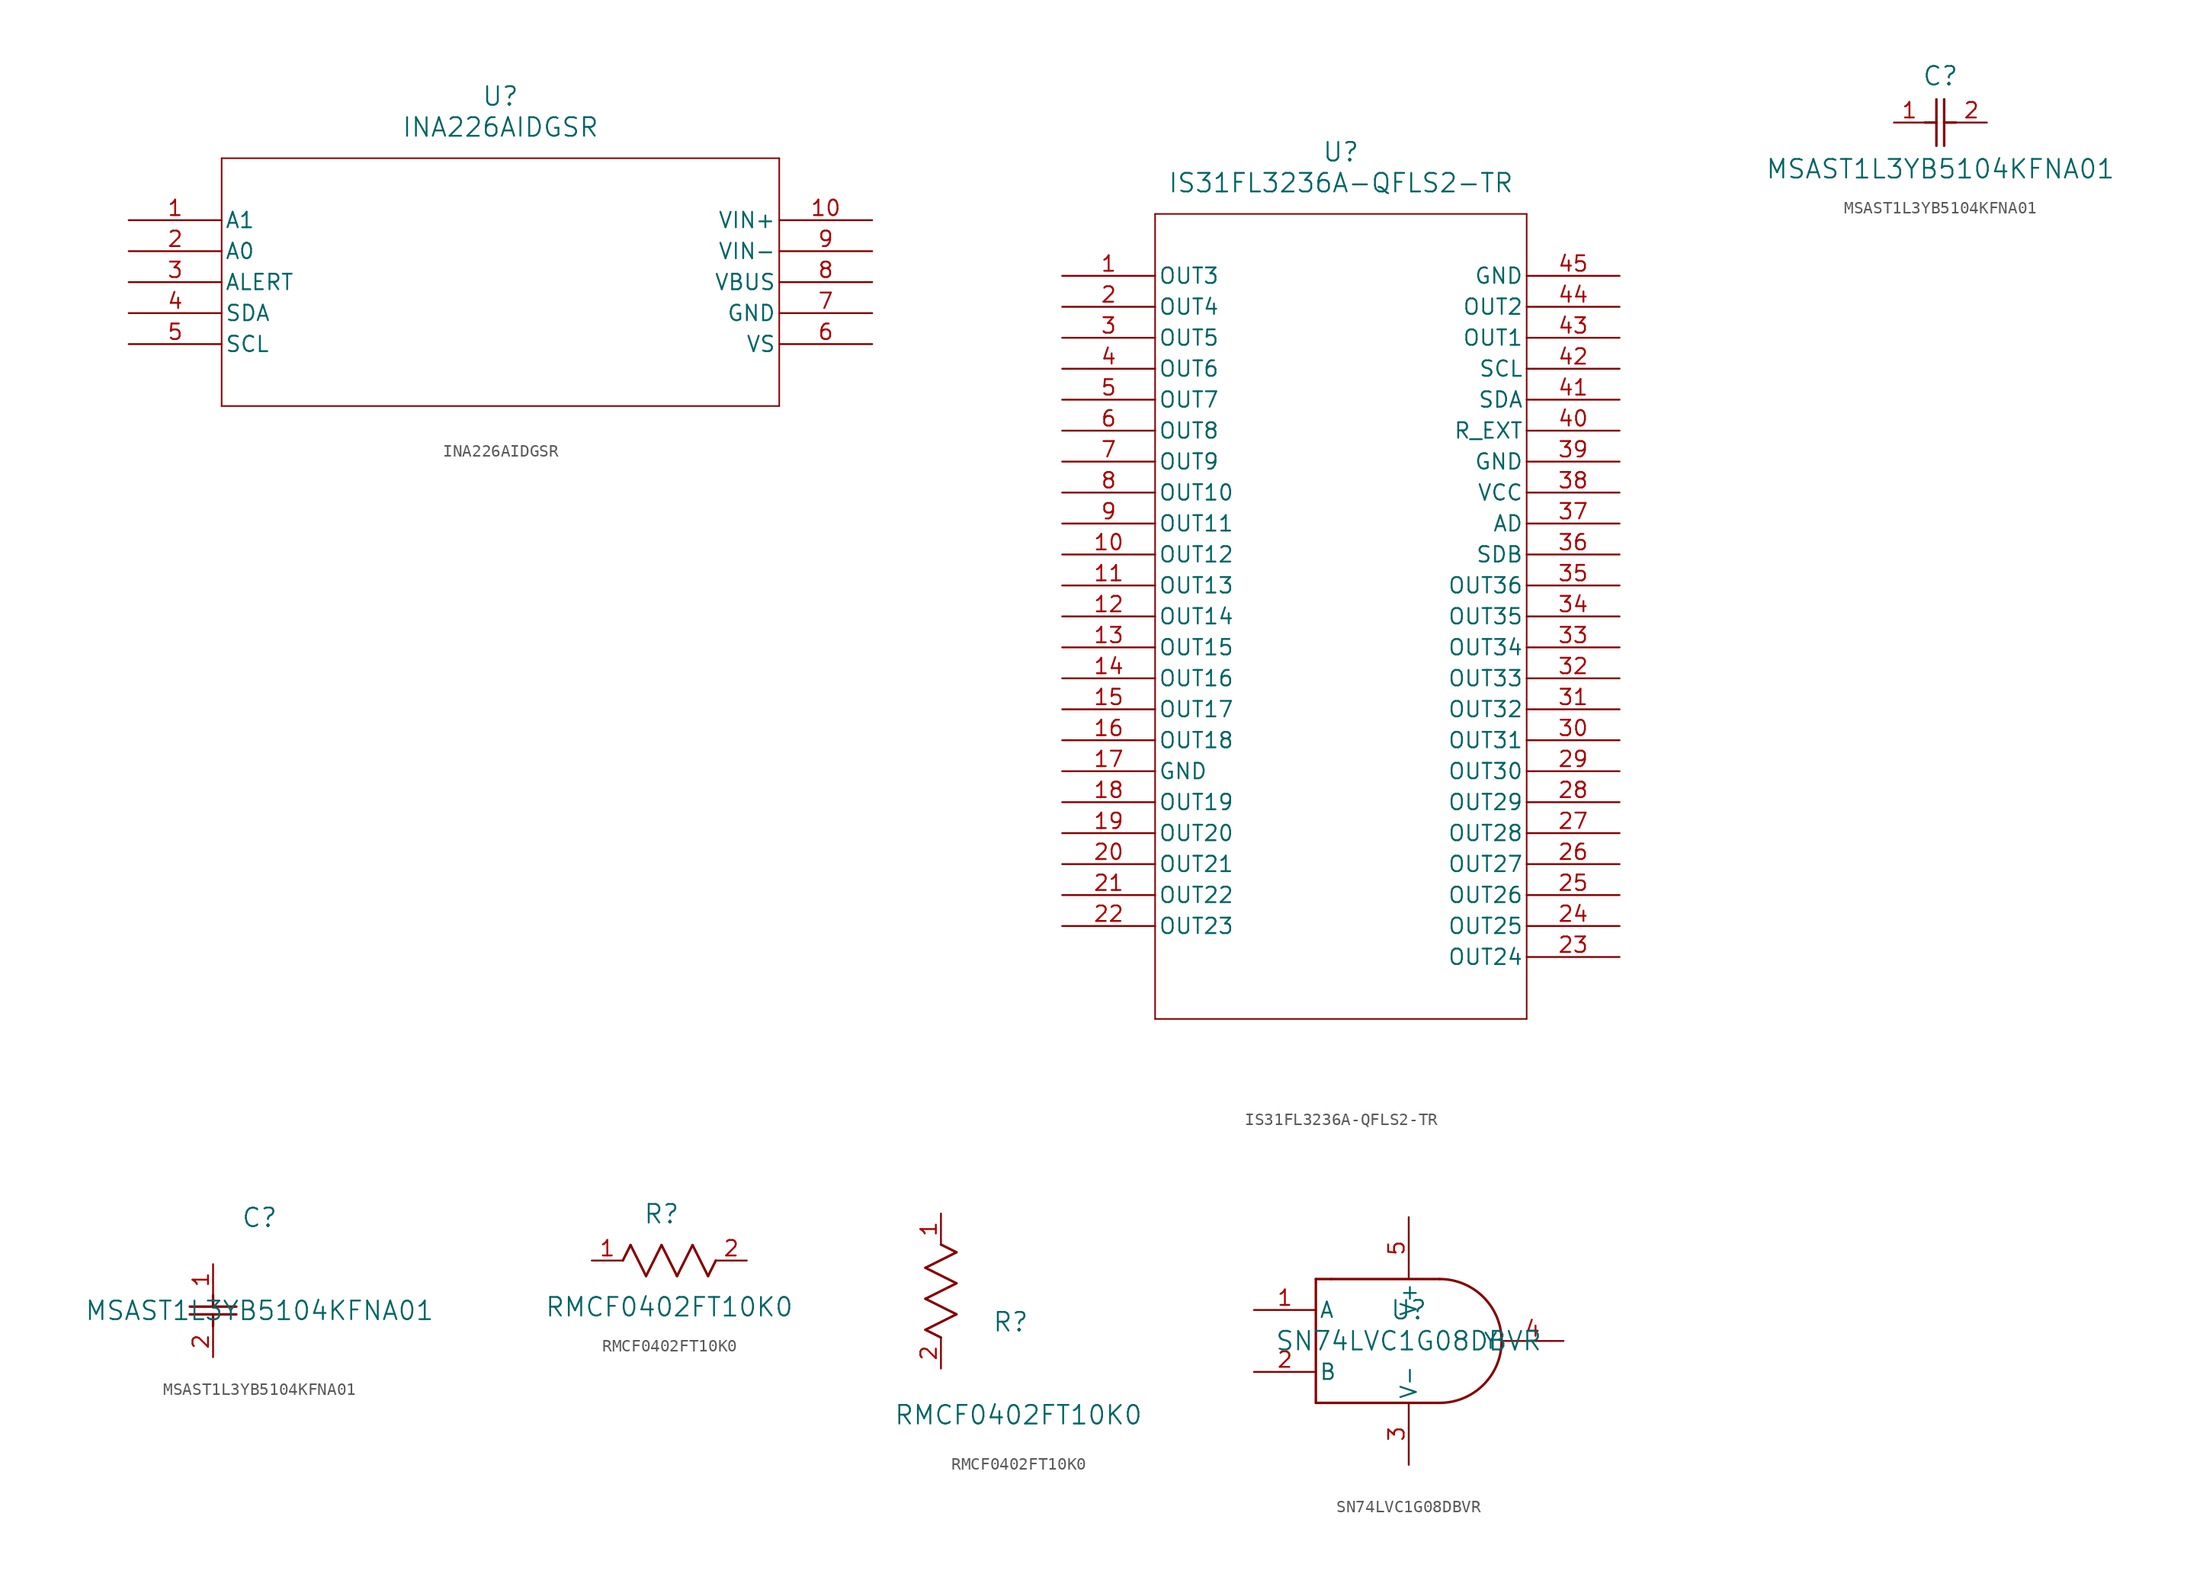
<source format=kicad_sym>
(kicad_symbol_lib
  (version 20231120)
  (generator "kicad_symbol_editor")
  (generator_version "8.0")
  (symbol "INA226AIDGSR"
    (pin_names
      (offset 0.254))
    (property "Reference" "U"
      (at 30.48 10.16 0)
      (effects (font (size 1.524 1.524))))
    (property "Value" "INA226AIDGSR"
      (at 30.48 7.62 0)
      (effects (font (size 1.524 1.524))))
    (property "ki_locked" ""
      (at 0 0 0)
      (effects (font (size 1.27 1.27))))
    (symbol "INA226AIDGSR_0_1"
      (polyline (pts (xy 7.62 -15.24) (xy 53.34 -15.24)) (stroke (width 0.127) (type default)) (fill (type none)))
      (polyline (pts (xy 7.62 5.08) (xy 7.62 -15.24)) (stroke (width 0.127) (type default)) (fill (type none)))
      (polyline (pts (xy 53.34 -15.24) (xy 53.34 5.08)) (stroke (width 0.127) (type default)) (fill (type none)))
      (polyline (pts (xy 53.34 5.08) (xy 7.62 5.08)) (stroke (width 0.127) (type default)) (fill (type none)))
      (pin unspecified line (at 0 0 0) (length 7.62) (name "A1" (effects (font (size 1.27 1.27)))) (number "1" (effects (font (size 1.27 1.27)))))
      (pin input line (at 60.96 0 180) (length 7.62) (name "VIN+" (effects (font (size 1.27 1.27)))) (number "10" (effects (font (size 1.27 1.27)))))
      (pin unspecified line (at 0 -2.54 0) (length 7.62) (name "A0" (effects (font (size 1.27 1.27)))) (number "2" (effects (font (size 1.27 1.27)))))
      (pin output line (at 0 -5.08 0) (length 7.62) (name "ALERT" (effects (font (size 1.27 1.27)))) (number "3" (effects (font (size 1.27 1.27)))))
      (pin bidirectional line (at 0 -7.62 0) (length 7.62) (name "SDA" (effects (font (size 1.27 1.27)))) (number "4" (effects (font (size 1.27 1.27)))))
      (pin input line (at 0 -10.16 0) (length 7.62) (name "SCL" (effects (font (size 1.27 1.27)))) (number "5" (effects (font (size 1.27 1.27)))))
      (pin power_in line (at 60.96 -10.16 180) (length 7.62) (name "VS" (effects (font (size 1.27 1.27)))) (number "6" (effects (font (size 1.27 1.27)))))
      (pin power_in line (at 60.96 -7.62 180) (length 7.62) (name "GND" (effects (font (size 1.27 1.27)))) (number "7" (effects (font (size 1.27 1.27)))))
      (pin input line (at 60.96 -5.08 180) (length 7.62) (name "VBUS" (effects (font (size 1.27 1.27)))) (number "8" (effects (font (size 1.27 1.27)))))
      (pin input line (at 60.96 -2.54 180) (length 7.62) (name "VIN-" (effects (font (size 1.27 1.27)))) (number "9" (effects (font (size 1.27 1.27)))))))
  (symbol "IS31FL3236A-QFLS2-TR"
    (pin_names
      (offset 0.254))
    (property "Reference" "U"
      (at 22.86 10.16 0)
      (effects (font (size 1.524 1.524))))
    (property "Value" "IS31FL3236A-QFLS2-TR"
      (at 22.86 7.62 0)
      (effects (font (size 1.524 1.524))))
    (property "ki_locked" ""
      (at 0 0 0)
      (effects (font (size 1.27 1.27))))
    (symbol "IS31FL3236A-QFLS2-TR_0_1"
      (polyline (pts (xy 7.62 -60.96) (xy 38.1 -60.96)) (stroke (width 0.127) (type default)) (fill (type none)))
      (polyline (pts (xy 7.62 5.08) (xy 7.62 -60.96)) (stroke (width 0.127) (type default)) (fill (type none)))
      (polyline (pts (xy 38.1 -60.96) (xy 38.1 5.08)) (stroke (width 0.127) (type default)) (fill (type none)))
      (polyline (pts (xy 38.1 5.08) (xy 7.62 5.08)) (stroke (width 0.127) (type default)) (fill (type none)))
      (pin output line (at 0 0 0) (length 7.62) (name "OUT3" (effects (font (size 1.27 1.27)))) (number "1" (effects (font (size 1.27 1.27)))))
      (pin output line (at 0 -22.86 0) (length 7.62) (name "OUT12" (effects (font (size 1.27 1.27)))) (number "10" (effects (font (size 1.27 1.27)))))
      (pin output line (at 0 -25.4 0) (length 7.62) (name "OUT13" (effects (font (size 1.27 1.27)))) (number "11" (effects (font (size 1.27 1.27)))))
      (pin output line (at 0 -27.94 0) (length 7.62) (name "OUT14" (effects (font (size 1.27 1.27)))) (number "12" (effects (font (size 1.27 1.27)))))
      (pin output line (at 0 -30.48 0) (length 7.62) (name "OUT15" (effects (font (size 1.27 1.27)))) (number "13" (effects (font (size 1.27 1.27)))))
      (pin output line (at 0 -33.02 0) (length 7.62) (name "OUT16" (effects (font (size 1.27 1.27)))) (number "14" (effects (font (size 1.27 1.27)))))
      (pin output line (at 0 -35.56 0) (length 7.62) (name "OUT17" (effects (font (size 1.27 1.27)))) (number "15" (effects (font (size 1.27 1.27)))))
      (pin output line (at 0 -38.1 0) (length 7.62) (name "OUT18" (effects (font (size 1.27 1.27)))) (number "16" (effects (font (size 1.27 1.27)))))
      (pin power_out line (at 0 -40.64 0) (length 7.62) (name "GND" (effects (font (size 1.27 1.27)))) (number "17" (effects (font (size 1.27 1.27)))))
      (pin output line (at 0 -43.18 0) (length 7.62) (name "OUT19" (effects (font (size 1.27 1.27)))) (number "18" (effects (font (size 1.27 1.27)))))
      (pin output line (at 0 -45.72 0) (length 7.62) (name "OUT20" (effects (font (size 1.27 1.27)))) (number "19" (effects (font (size 1.27 1.27)))))
      (pin output line (at 0 -2.54 0) (length 7.62) (name "OUT4" (effects (font (size 1.27 1.27)))) (number "2" (effects (font (size 1.27 1.27)))))
      (pin output line (at 0 -48.26 0) (length 7.62) (name "OUT21" (effects (font (size 1.27 1.27)))) (number "20" (effects (font (size 1.27 1.27)))))
      (pin output line (at 0 -50.8 0) (length 7.62) (name "OUT22" (effects (font (size 1.27 1.27)))) (number "21" (effects (font (size 1.27 1.27)))))
      (pin output line (at 0 -53.34 0) (length 7.62) (name "OUT23" (effects (font (size 1.27 1.27)))) (number "22" (effects (font (size 1.27 1.27)))))
      (pin output line (at 45.72 -55.88 180) (length 7.62) (name "OUT24" (effects (font (size 1.27 1.27)))) (number "23" (effects (font (size 1.27 1.27)))))
      (pin output line (at 45.72 -53.34 180) (length 7.62) (name "OUT25" (effects (font (size 1.27 1.27)))) (number "24" (effects (font (size 1.27 1.27)))))
      (pin output line (at 45.72 -50.8 180) (length 7.62) (name "OUT26" (effects (font (size 1.27 1.27)))) (number "25" (effects (font (size 1.27 1.27)))))
      (pin output line (at 45.72 -48.26 180) (length 7.62) (name "OUT27" (effects (font (size 1.27 1.27)))) (number "26" (effects (font (size 1.27 1.27)))))
      (pin output line (at 45.72 -45.72 180) (length 7.62) (name "OUT28" (effects (font (size 1.27 1.27)))) (number "27" (effects (font (size 1.27 1.27)))))
      (pin output line (at 45.72 -43.18 180) (length 7.62) (name "OUT29" (effects (font (size 1.27 1.27)))) (number "28" (effects (font (size 1.27 1.27)))))
      (pin output line (at 45.72 -40.64 180) (length 7.62) (name "OUT30" (effects (font (size 1.27 1.27)))) (number "29" (effects (font (size 1.27 1.27)))))
      (pin output line (at 0 -5.08 0) (length 7.62) (name "OUT5" (effects (font (size 1.27 1.27)))) (number "3" (effects (font (size 1.27 1.27)))))
      (pin output line (at 45.72 -38.1 180) (length 7.62) (name "OUT31" (effects (font (size 1.27 1.27)))) (number "30" (effects (font (size 1.27 1.27)))))
      (pin output line (at 45.72 -35.56 180) (length 7.62) (name "OUT32" (effects (font (size 1.27 1.27)))) (number "31" (effects (font (size 1.27 1.27)))))
      (pin output line (at 45.72 -33.02 180) (length 7.62) (name "OUT33" (effects (font (size 1.27 1.27)))) (number "32" (effects (font (size 1.27 1.27)))))
      (pin output line (at 45.72 -30.48 180) (length 7.62) (name "OUT34" (effects (font (size 1.27 1.27)))) (number "33" (effects (font (size 1.27 1.27)))))
      (pin output line (at 45.72 -27.94 180) (length 7.62) (name "OUT35" (effects (font (size 1.27 1.27)))) (number "34" (effects (font (size 1.27 1.27)))))
      (pin output line (at 45.72 -25.4 180) (length 7.62) (name "OUT36" (effects (font (size 1.27 1.27)))) (number "35" (effects (font (size 1.27 1.27)))))
      (pin unspecified line (at 45.72 -22.86 180) (length 7.62) (name "SDB" (effects (font (size 1.27 1.27)))) (number "36" (effects (font (size 1.27 1.27)))))
      (pin unspecified line (at 45.72 -20.32 180) (length 7.62) (name "AD" (effects (font (size 1.27 1.27)))) (number "37" (effects (font (size 1.27 1.27)))))
      (pin power_in line (at 45.72 -17.78 180) (length 7.62) (name "VCC" (effects (font (size 1.27 1.27)))) (number "38" (effects (font (size 1.27 1.27)))))
      (pin power_out line (at 45.72 -15.24 180) (length 7.62) (name "GND" (effects (font (size 1.27 1.27)))) (number "39" (effects (font (size 1.27 1.27)))))
      (pin output line (at 0 -7.62 0) (length 7.62) (name "OUT6" (effects (font (size 1.27 1.27)))) (number "4" (effects (font (size 1.27 1.27)))))
      (pin input line (at 45.72 -12.7 180) (length 7.62) (name "R_EXT" (effects (font (size 1.27 1.27)))) (number "40" (effects (font (size 1.27 1.27)))))
      (pin unspecified line (at 45.72 -10.16 180) (length 7.62) (name "SDA" (effects (font (size 1.27 1.27)))) (number "41" (effects (font (size 1.27 1.27)))))
      (pin unspecified line (at 45.72 -7.62 180) (length 7.62) (name "SCL" (effects (font (size 1.27 1.27)))) (number "42" (effects (font (size 1.27 1.27)))))
      (pin output line (at 45.72 -5.08 180) (length 7.62) (name "OUT1" (effects (font (size 1.27 1.27)))) (number "43" (effects (font (size 1.27 1.27)))))
      (pin output line (at 45.72 -2.54 180) (length 7.62) (name "OUT2" (effects (font (size 1.27 1.27)))) (number "44" (effects (font (size 1.27 1.27)))))
      (pin power_out line (at 45.72 0 180) (length 7.62) (name "GND" (effects (font (size 1.27 1.27)))) (number "45" (effects (font (size 1.27 1.27)))))
      (pin output line (at 0 -10.16 0) (length 7.62) (name "OUT7" (effects (font (size 1.27 1.27)))) (number "5" (effects (font (size 1.27 1.27)))))
      (pin output line (at 0 -12.7 0) (length 7.62) (name "OUT8" (effects (font (size 1.27 1.27)))) (number "6" (effects (font (size 1.27 1.27)))))
      (pin output line (at 0 -15.24 0) (length 7.62) (name "OUT9" (effects (font (size 1.27 1.27)))) (number "7" (effects (font (size 1.27 1.27)))))
      (pin output line (at 0 -17.78 0) (length 7.62) (name "OUT10" (effects (font (size 1.27 1.27)))) (number "8" (effects (font (size 1.27 1.27)))))
      (pin output line (at 0 -20.32 0) (length 7.62) (name "OUT11" (effects (font (size 1.27 1.27)))) (number "9" (effects (font (size 1.27 1.27)))))))
  (symbol "MSAST1L3YB5104KFNA01"
    (pin_names
      (offset 0.254))
    (property "Reference" "C"
      (at 3.81 3.81 0)
      (effects (font (size 1.524 1.524))))
    (property "Value" "MSAST1L3YB5104KFNA01"
      (at 3.81 -3.81 0)
      (effects (font (size 1.524 1.524))))
    (property "ki_locked" ""
      (at 0 0 0)
      (effects (font (size 1.27 1.27))))
    (symbol "MSAST1L3YB5104KFNA01_1_1"
      (polyline (pts (xy 2.54 0) (xy 3.48 0)) (stroke (width 0.203) (type default)) (fill (type none)))
      (polyline (pts (xy 3.48 -1.905) (xy 3.48 1.905)) (stroke (width 0.203) (type default)) (fill (type none)))
      (polyline (pts (xy 4.115 -1.905) (xy 4.115 1.905)) (stroke (width 0.203) (type default)) (fill (type none)))
      (polyline (pts (xy 4.115 0) (xy 5.08 0)) (stroke (width 0.203) (type default)) (fill (type none)))
      (pin unspecified line (at 0 0 0) (length 2.54) (name "" (effects (font (size 1.27 1.27)))) (number "1" (effects (font (size 1.27 1.27)))))
      (pin unspecified line (at 7.62 0 180) (length 2.54) (name "" (effects (font (size 1.27 1.27)))) (number "2" (effects (font (size 1.27 1.27))))))
    (symbol "MSAST1L3YB5104KFNA01_1_2"
      (polyline (pts (xy -1.905 -4.115) (xy 1.905 -4.115)) (stroke (width 0.203) (type default)) (fill (type none)))
      (polyline (pts (xy -1.905 -3.48) (xy 1.905 -3.48)) (stroke (width 0.203) (type default)) (fill (type none)))
      (polyline (pts (xy 0 -4.115) (xy 0 -5.08)) (stroke (width 0.203) (type default)) (fill (type none)))
      (polyline (pts (xy 0 -2.54) (xy 0 -3.48)) (stroke (width 0.203) (type default)) (fill (type none)))
      (pin unspecified line (at 0 0 270) (length 2.54) (name "" (effects (font (size 1.27 1.27)))) (number "1" (effects (font (size 1.27 1.27)))))
      (pin unspecified line (at 0 -7.62 90) (length 2.54) (name "" (effects (font (size 1.27 1.27)))) (number "2" (effects (font (size 1.27 1.27)))))))
  (symbol "RMCF0402FT10K0"
    (pin_names
      (offset 0.254))
    (property "Reference" "R"
      (at 5.715 3.81 0)
      (effects (font (size 1.524 1.524))))
    (property "Value" "RMCF0402FT10K0"
      (at 6.35 -3.81 0)
      (effects (font (size 1.524 1.524))))
    (property "ki_locked" ""
      (at 0 0 0)
      (effects (font (size 1.27 1.27))))
    (symbol "RMCF0402FT10K0_1_1"
      (polyline (pts (xy 2.54 0) (xy 3.175 1.27)) (stroke (width 0.203) (type default)) (fill (type none)))
      (polyline (pts (xy 3.175 1.27) (xy 4.445 -1.27)) (stroke (width 0.203) (type default)) (fill (type none)))
      (polyline (pts (xy 4.445 -1.27) (xy 5.715 1.27)) (stroke (width 0.203) (type default)) (fill (type none)))
      (polyline (pts (xy 5.715 1.27) (xy 6.985 -1.27)) (stroke (width 0.203) (type default)) (fill (type none)))
      (polyline (pts (xy 6.985 -1.27) (xy 8.255 1.27)) (stroke (width 0.203) (type default)) (fill (type none)))
      (polyline (pts (xy 8.255 1.27) (xy 9.525 -1.27)) (stroke (width 0.203) (type default)) (fill (type none)))
      (polyline (pts (xy 9.525 -1.27) (xy 10.16 0)) (stroke (width 0.203) (type default)) (fill (type none)))
      (pin unspecified line (at 0 0 0) (length 2.54) (name "" (effects (font (size 1.27 1.27)))) (number "1" (effects (font (size 1.27 1.27)))))
      (pin unspecified line (at 12.7 0 180) (length 2.54) (name "" (effects (font (size 1.27 1.27)))) (number "2" (effects (font (size 1.27 1.27))))))
    (symbol "RMCF0402FT10K0_1_2"
      (polyline (pts (xy -1.27 3.175) (xy 1.27 4.445)) (stroke (width 0.203) (type default)) (fill (type none)))
      (polyline (pts (xy -1.27 5.715) (xy 1.27 6.985)) (stroke (width 0.203) (type default)) (fill (type none)))
      (polyline (pts (xy -1.27 8.255) (xy 1.27 9.525)) (stroke (width 0.203) (type default)) (fill (type none)))
      (polyline (pts (xy 0 2.54) (xy -1.27 3.175)) (stroke (width 0.203) (type default)) (fill (type none)))
      (polyline (pts (xy 1.27 4.445) (xy -1.27 5.715)) (stroke (width 0.203) (type default)) (fill (type none)))
      (polyline (pts (xy 1.27 6.985) (xy -1.27 8.255)) (stroke (width 0.203) (type default)) (fill (type none)))
      (polyline (pts (xy 1.27 9.525) (xy 0 10.16)) (stroke (width 0.203) (type default)) (fill (type none)))
      (pin unspecified line (at 0 12.7 270) (length 2.54) (name "" (effects (font (size 1.27 1.27)))) (number "1" (effects (font (size 1.27 1.27)))))
      (pin unspecified line (at 0 0 90) (length 2.54) (name "" (effects (font (size 1.27 1.27)))) (number "2" (effects (font (size 1.27 1.27)))))))
  (symbol "SN74LVC1G08DBVR"
    (pin_names
      (offset 0.254))
    (property "Reference" "U"
      (at 0 2.54 0)
      (effects (font (size 1.524 1.524))))
    (property "Value" "SN74LVC1G08DBVR"
      (at 0 0 0)
      (effects (font (size 1.524 1.524))))
    (property "ki_locked" ""
      (at 0 0 0)
      (effects (font (size 1.27 1.27))))
    (symbol "SN74LVC1G08DBVR_0_1"
      (polyline (pts (xy -7.62 -5.08) (xy -7.62 5.08)) (stroke (width 0.203) (type default)) (fill (type none)))
      (polyline (pts (xy -7.62 5.08) (xy -6.35 5.08)) (stroke (width 0.203) (type default)) (fill (type none)))
      (polyline (pts (xy -6.35 -5.08) (xy -7.62 -5.08)) (stroke (width 0.203) (type default)) (fill (type none)))
      (polyline (pts (xy -6.35 -5.08) (xy 2.54 -5.08)) (stroke (width 0.203) (type default)) (fill (type none)))
      (polyline (pts (xy -6.35 5.08) (xy 2.54 5.08)) (stroke (width 0.203) (type default)) (fill (type none)))
      (arc (start 2.54 -5.08) (mid 7.62 0) (end 2.54 5.08) (stroke (width 0.2032) (type default)) (fill (type none)))
      (pin input line (at -12.7 2.54 0) (length 5.08) (name "A" (effects (font (size 1.27 1.27)))) (number "1" (effects (font (size 1.27 1.27)))))
      (pin input line (at -12.7 -2.54 0) (length 5.08) (name "B" (effects (font (size 1.27 1.27)))) (number "2" (effects (font (size 1.27 1.27)))))
      (pin power_in line (at 0 -10.16 90) (length 5.08) (name "V-" (effects (font (size 1.27 1.27)))) (number "3" (effects (font (size 1.27 1.27)))))
      (pin output line (at 12.7 0 180) (length 5.08) (name "Y" (effects (font (size 1.27 1.27)))) (number "4" (effects (font (size 1.27 1.27)))))
      (pin power_in line (at 0 10.16 270) (length 5.08) (name "V+" (effects (font (size 1.27 1.27)))) (number "5" (effects (font (size 1.27 1.27))))))))
</source>
